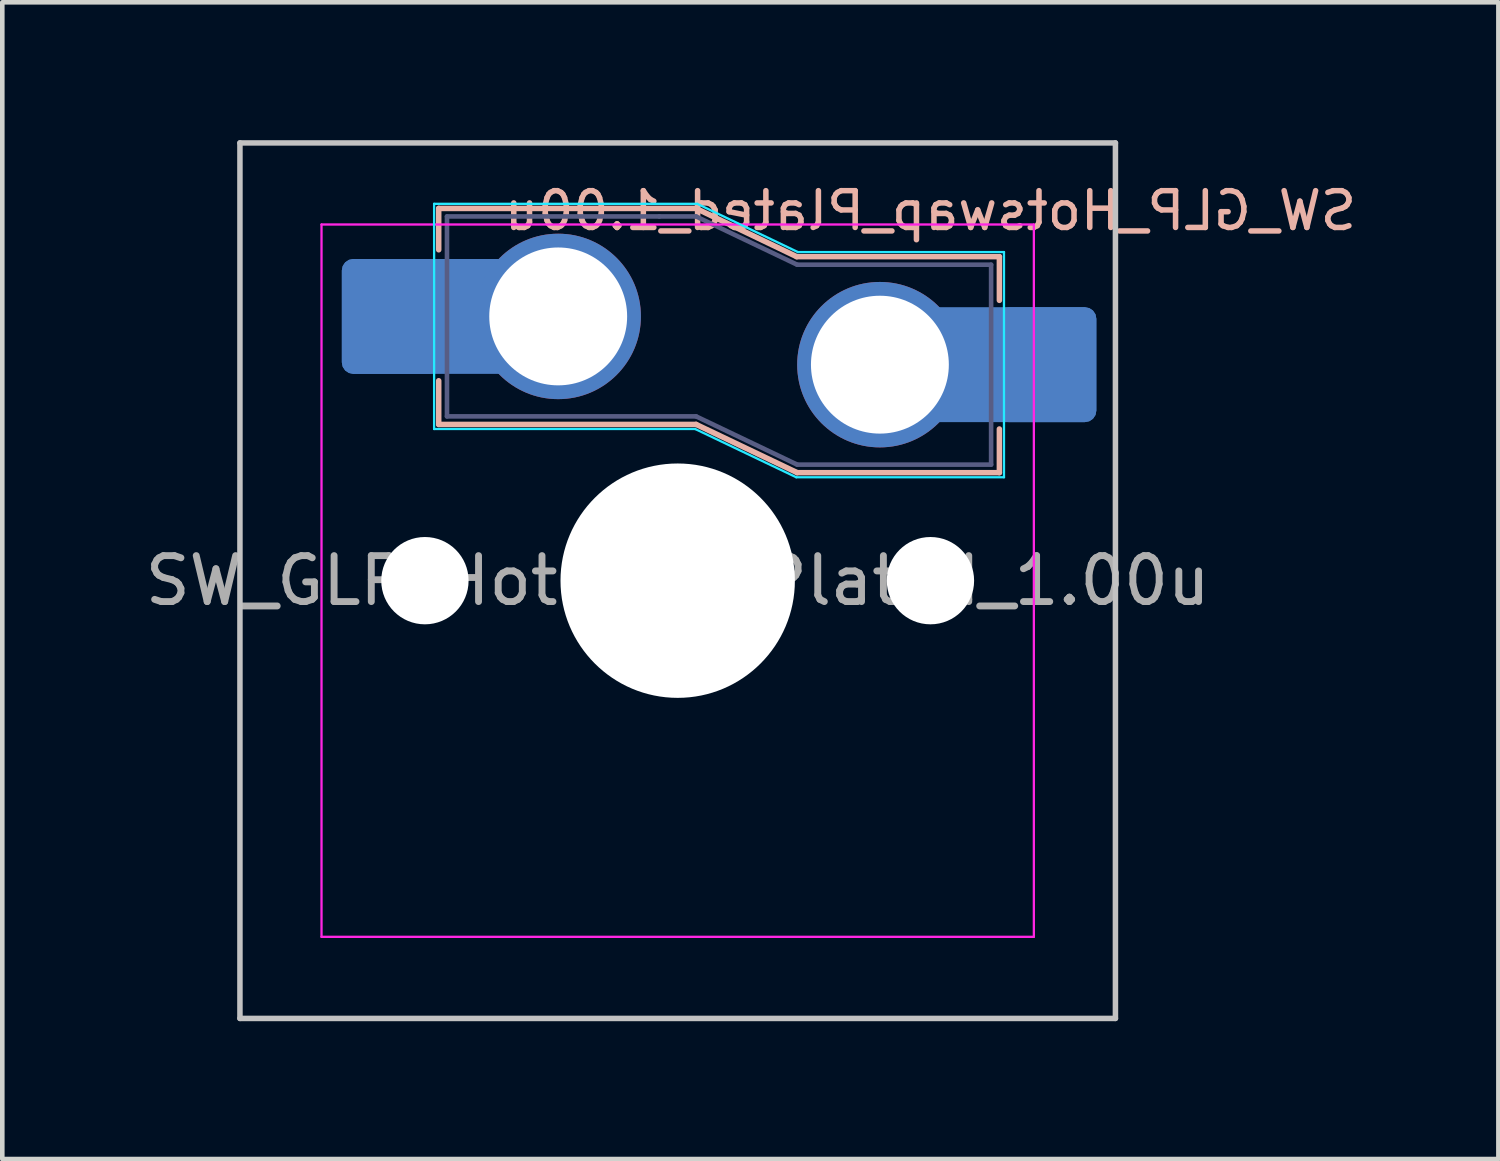
<source format=kicad_pcb>
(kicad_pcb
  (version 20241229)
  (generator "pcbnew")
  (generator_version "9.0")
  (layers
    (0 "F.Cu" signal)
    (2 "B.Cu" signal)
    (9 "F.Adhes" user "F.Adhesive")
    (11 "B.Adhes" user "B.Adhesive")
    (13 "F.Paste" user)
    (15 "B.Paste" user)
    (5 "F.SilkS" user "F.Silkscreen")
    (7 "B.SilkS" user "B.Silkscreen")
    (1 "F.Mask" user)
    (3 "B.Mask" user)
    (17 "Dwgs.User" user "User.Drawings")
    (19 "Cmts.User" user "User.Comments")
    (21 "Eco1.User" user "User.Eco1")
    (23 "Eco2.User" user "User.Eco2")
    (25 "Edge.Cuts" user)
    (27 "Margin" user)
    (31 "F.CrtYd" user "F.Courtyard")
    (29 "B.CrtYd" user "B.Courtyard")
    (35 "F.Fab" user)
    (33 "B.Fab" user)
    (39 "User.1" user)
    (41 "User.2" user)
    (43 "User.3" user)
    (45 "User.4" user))
  (footprint "SW_GLP_Hotswap_Plated_1.00u"
    (layer "F.Cu")
    (at 11.696 9.585)
    (property "Reference" "SW_GLP_Hotswap_Plated_1.00u" (at 5.5 -8.05 180) (layer "B.SilkS") (effects (font (size 0.8 0.8) (thickness 0.12)) (justify mirror)))
    (attr smd)
    (fp_line (start -5.2 -8.1) (end -5.2 -7.2) (stroke (width 0.12) (type solid)) (layer "B.SilkS"))
    (fp_line (start -5.2 -8.1) (end 0.4 -8.1) (stroke (width 0.12) (type solid)) (layer "B.SilkS"))
    (fp_line (start -5.2 -3.4) (end -5.2 -4.35) (stroke (width 0.12) (type solid)) (layer "B.SilkS"))
    (fp_line (start -5.2 -3.4) (end 0.4 -3.4) (stroke (width 0.12) (type solid)) (layer "B.SilkS"))
    (fp_line (start 2.59 -7.05) (end 0.4 -8.1) (stroke (width 0.12) (type solid)) (layer "B.SilkS"))
    (fp_line (start 2.6 -2.35) (end 0.4 -3.4) (stroke (width 0.12) (type solid)) (layer "B.SilkS"))
    (fp_line (start 7 -7.05) (end 2.59 -7.05) (stroke (width 0.12) (type solid)) (layer "B.SilkS"))
    (fp_line (start 7 -7.05) (end 7 -6.1) (stroke (width 0.12) (type solid)) (layer "B.SilkS"))
    (fp_line (start 7 -2.35) (end 2.6 -2.35) (stroke (width 0.12) (type solid)) (layer "B.SilkS"))
    (fp_line (start 7 -2.35) (end 7 -3.3) (stroke (width 0.12) (type solid)) (layer "B.SilkS"))
    (fp_line (start -9.525 -9.525) (end 9.525 -9.525) (stroke (width 0.12) (type default)) (layer "Dwgs.User"))
    (fp_line (start -9.525 9.525) (end -9.525 -9.525) (stroke (width 0.12) (type default)) (layer "Dwgs.User"))
    (fp_line (start 9.525 9.525) (end -9.525 9.525) (stroke (width 0.12) (type default)) (layer "Dwgs.User"))
    (fp_line (start 9.525 9.525) (end 9.525 -9.525) (stroke (width 0.12) (type default)) (layer "Dwgs.User"))
    (fp_line (start -5.3 -8.2) (end 0.425 -8.2) (stroke (width 0.05) (type solid)) (layer "B.CrtYd"))
    (fp_line (start -5.3 -3.3) (end -5.3 -8.2) (stroke (width 0.05) (type solid)) (layer "B.CrtYd"))
    (fp_line (start -5.3 -3.3) (end 0.38 -3.3) (stroke (width 0.05) (type solid)) (layer "B.CrtYd"))
    (fp_line (start 2.58 -2.25) (end 0.38 -3.3) (stroke (width 0.05) (type solid)) (layer "B.CrtYd"))
    (fp_line (start 2.615 -7.15) (end 0.425 -8.2) (stroke (width 0.05) (type solid)) (layer "B.CrtYd"))
    (fp_line (start 7.1 -7.15) (end 2.615 -7.15) (stroke (width 0.05) (type solid)) (layer "B.CrtYd"))
    (fp_line (start 7.1 -2.25) (end 2.58 -2.25) (stroke (width 0.05) (type solid)) (layer "B.CrtYd"))
    (fp_line (start 7.1 -2.25) (end 7.1 -7.15) (stroke (width 0.05) (type solid)) (layer "B.CrtYd"))
    (fp_line (start -7.75 -7.75) (end 7.75 -7.75) (stroke (width 0.05) (type solid)) (layer "F.CrtYd"))
    (fp_line (start -7.75 7.75) (end -7.75 -7.75) (stroke (width 0.05) (type solid)) (layer "F.CrtYd"))
    (fp_line (start -7.75 7.75) (end 7.75 7.75) (stroke (width 0.05) (type solid)) (layer "F.CrtYd"))
    (fp_line (start 7.75 -7.75) (end 7.75 7.75) (stroke (width 0.05) (type solid)) (layer "F.CrtYd"))
    (fp_line (start -5.02 -7.925) (end -0.4 -7.925) (stroke (width 0.1) (type solid)) (layer "B.Fab"))
    (fp_line (start -5.02 -3.575) (end -5.02 -7.925) (stroke (width 0.1) (type solid)) (layer "B.Fab"))
    (fp_line (start -5.02 -3.575) (end 0.4 -3.575) (stroke (width 0.1) (type solid)) (layer "B.Fab"))
    (fp_line (start -0.4 -7.925) (end 0.4 -7.925) (stroke (width 0.1) (type solid)) (layer "B.Fab"))
    (fp_line (start 2.6 -6.875) (end 0.4 -7.925) (stroke (width 0.1) (type solid)) (layer "B.Fab"))
    (fp_line (start 2.6 -2.525) (end 0.4 -3.575) (stroke (width 0.1) (type solid)) (layer "B.Fab"))
    (fp_line (start 6.82 -6.875) (end 2.6 -6.875) (stroke (width 0.1) (type solid)) (layer "B.Fab"))
    (fp_line (start 6.82 -2.525) (end 2.6 -2.525) (stroke (width 0.1) (type solid)) (layer "B.Fab"))
    (fp_line (start 6.82 -2.525) (end 6.82 -6.875) (stroke (width 0.1) (type solid)) (layer "B.Fab"))
    (fp_rect (start 7.05 7.05) (end -7.05 -7.05) (stroke (width 0.12) (type default)) (fill no) (layer "User.1"))
    (fp_text user "${REFERENCE}" (at 0 0 180) (layer "F.Fab") (effects (font (size 1 1) (thickness 0.15))))
    (pad "" np_thru_hole circle (at -5.5 0 180) (size 1.9 1.9) (drill 1.9) (layers "*.Cu" "*.Mask"))
    (pad "" np_thru_hole circle (at 0 0 180) (size 5.1 5.1) (drill 5.1) (layers "*.Cu" "*.Mask"))
    (pad "" np_thru_hole circle (at 5.5 0 180) (size 1.9 1.9) (drill 1.9) (layers "*.Cu" "*.Mask"))
    (pad "1" smd roundrect (at -6.228 -5.75 180) (size 2.159 2.5) (layers "B.Cu" "B.Mask" "B.Paste") (roundrect_rratio 0.116))
    (pad "1" smd roundrect (at -5.383 -5.75 180) (size 3.85 2.5) (layers "B.Cu") (roundrect_rratio 0.1))
    (pad "1" thru_hole circle (at -2.6 -5.75 180) (size 3.6 3.6) (drill 3) (layers "*.Cu" "*.Mask"))
    (pad "2" thru_hole circle (at 4.4 -4.7 180) (size 3.6 3.6) (drill 3) (layers "*.Cu" "*.Mask"))
    (pad "2" smd roundrect (at 7.185 -4.7 180) (size 3.85 2.5) (layers "B.Cu") (roundrect_rratio 0.1))
    (pad "2" smd roundrect (at 8.03 -4.7 180) (size 2.159 2.5) (layers "B.Cu" "B.Mask" "B.Paste") (roundrect_rratio 0.116)))
  (gr_rect
    (start -3 -3)
    (end 29.554 22.17)
    (stroke (width 0.1) (type default))
    (fill no)
    (layer "Edge.Cuts")))
</source>
